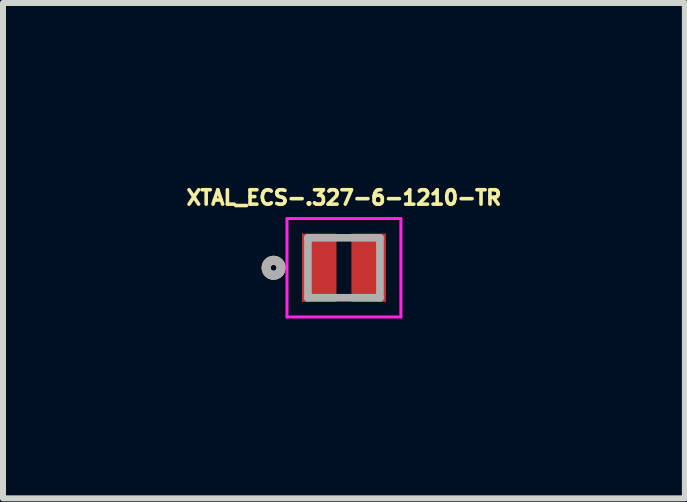
<source format=kicad_pcb>
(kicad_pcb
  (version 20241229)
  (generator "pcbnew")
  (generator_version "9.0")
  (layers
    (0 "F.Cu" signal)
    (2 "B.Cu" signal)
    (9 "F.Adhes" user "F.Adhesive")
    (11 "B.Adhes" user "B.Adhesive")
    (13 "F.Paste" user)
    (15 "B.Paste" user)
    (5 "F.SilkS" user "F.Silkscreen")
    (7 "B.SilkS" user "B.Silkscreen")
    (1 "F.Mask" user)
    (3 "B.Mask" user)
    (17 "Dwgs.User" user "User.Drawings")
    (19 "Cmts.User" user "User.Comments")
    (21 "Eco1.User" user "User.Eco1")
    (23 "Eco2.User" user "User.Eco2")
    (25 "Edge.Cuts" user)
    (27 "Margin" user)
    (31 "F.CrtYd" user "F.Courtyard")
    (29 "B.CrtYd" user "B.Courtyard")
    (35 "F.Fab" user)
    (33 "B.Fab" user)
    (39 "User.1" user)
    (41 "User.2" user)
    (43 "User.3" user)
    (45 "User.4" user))
  (footprint "XTAL_ECS-.327-6-1210-TR"
    (layer "F.Cu")
    (at 2.685 1.415)
    (property "Reference" "XTAL_ECS-.327-6-1210-TR" (at 0 -1.169 0) (layer "F.SilkS") (effects (font (size 0.24 0.24) (thickness 0.15))))
    (attr smd)
    (fp_circle (center -1.173 0) (end -1.123 0) (stroke (width 0.15) (type solid)) (fill no) (layer "F.SilkS"))
    (fp_line (start -0.95 -0.82) (end -0.95 0.82) (stroke (width 0.05) (type solid)) (layer "F.CrtYd"))
    (fp_line (start -0.95 0.82) (end 0.95 0.82) (stroke (width 0.05) (type solid)) (layer "F.CrtYd"))
    (fp_line (start 0.95 -0.82) (end -0.95 -0.82) (stroke (width 0.05) (type solid)) (layer "F.CrtYd"))
    (fp_line (start 0.95 0.82) (end 0.95 -0.82) (stroke (width 0.05) (type solid)) (layer "F.CrtYd"))
    (fp_line (start -0.6 -0.5) (end 0.6 -0.5) (stroke (width 0.127) (type solid)) (layer "F.Fab"))
    (fp_line (start -0.6 0.5) (end -0.6 -0.5) (stroke (width 0.127) (type solid)) (layer "F.Fab"))
    (fp_line (start 0.6 -0.5) (end 0.6 0.5) (stroke (width 0.127) (type solid)) (layer "F.Fab"))
    (fp_line (start 0.6 0.5) (end -0.6 0.5) (stroke (width 0.127) (type solid)) (layer "F.Fab"))
    (fp_circle (center -1.173 0) (end -1.123 0) (stroke (width 0.15) (type solid)) (fill no) (layer "F.Fab"))
    (pad "1" smd rect (at -0.412 0) (size 0.575 1.14) (layers "F.Cu" "F.Mask" "F.Paste"))
    (pad "2" smd rect (at 0.412 0) (size 0.575 1.14) (layers "F.Cu" "F.Mask" "F.Paste")))
  (gr_rect
    (start -3 -3)
    (end 8.37 5.26)
    (stroke (width 0.1) (type default))
    (fill no)
    (layer "Edge.Cuts")))
</source>
